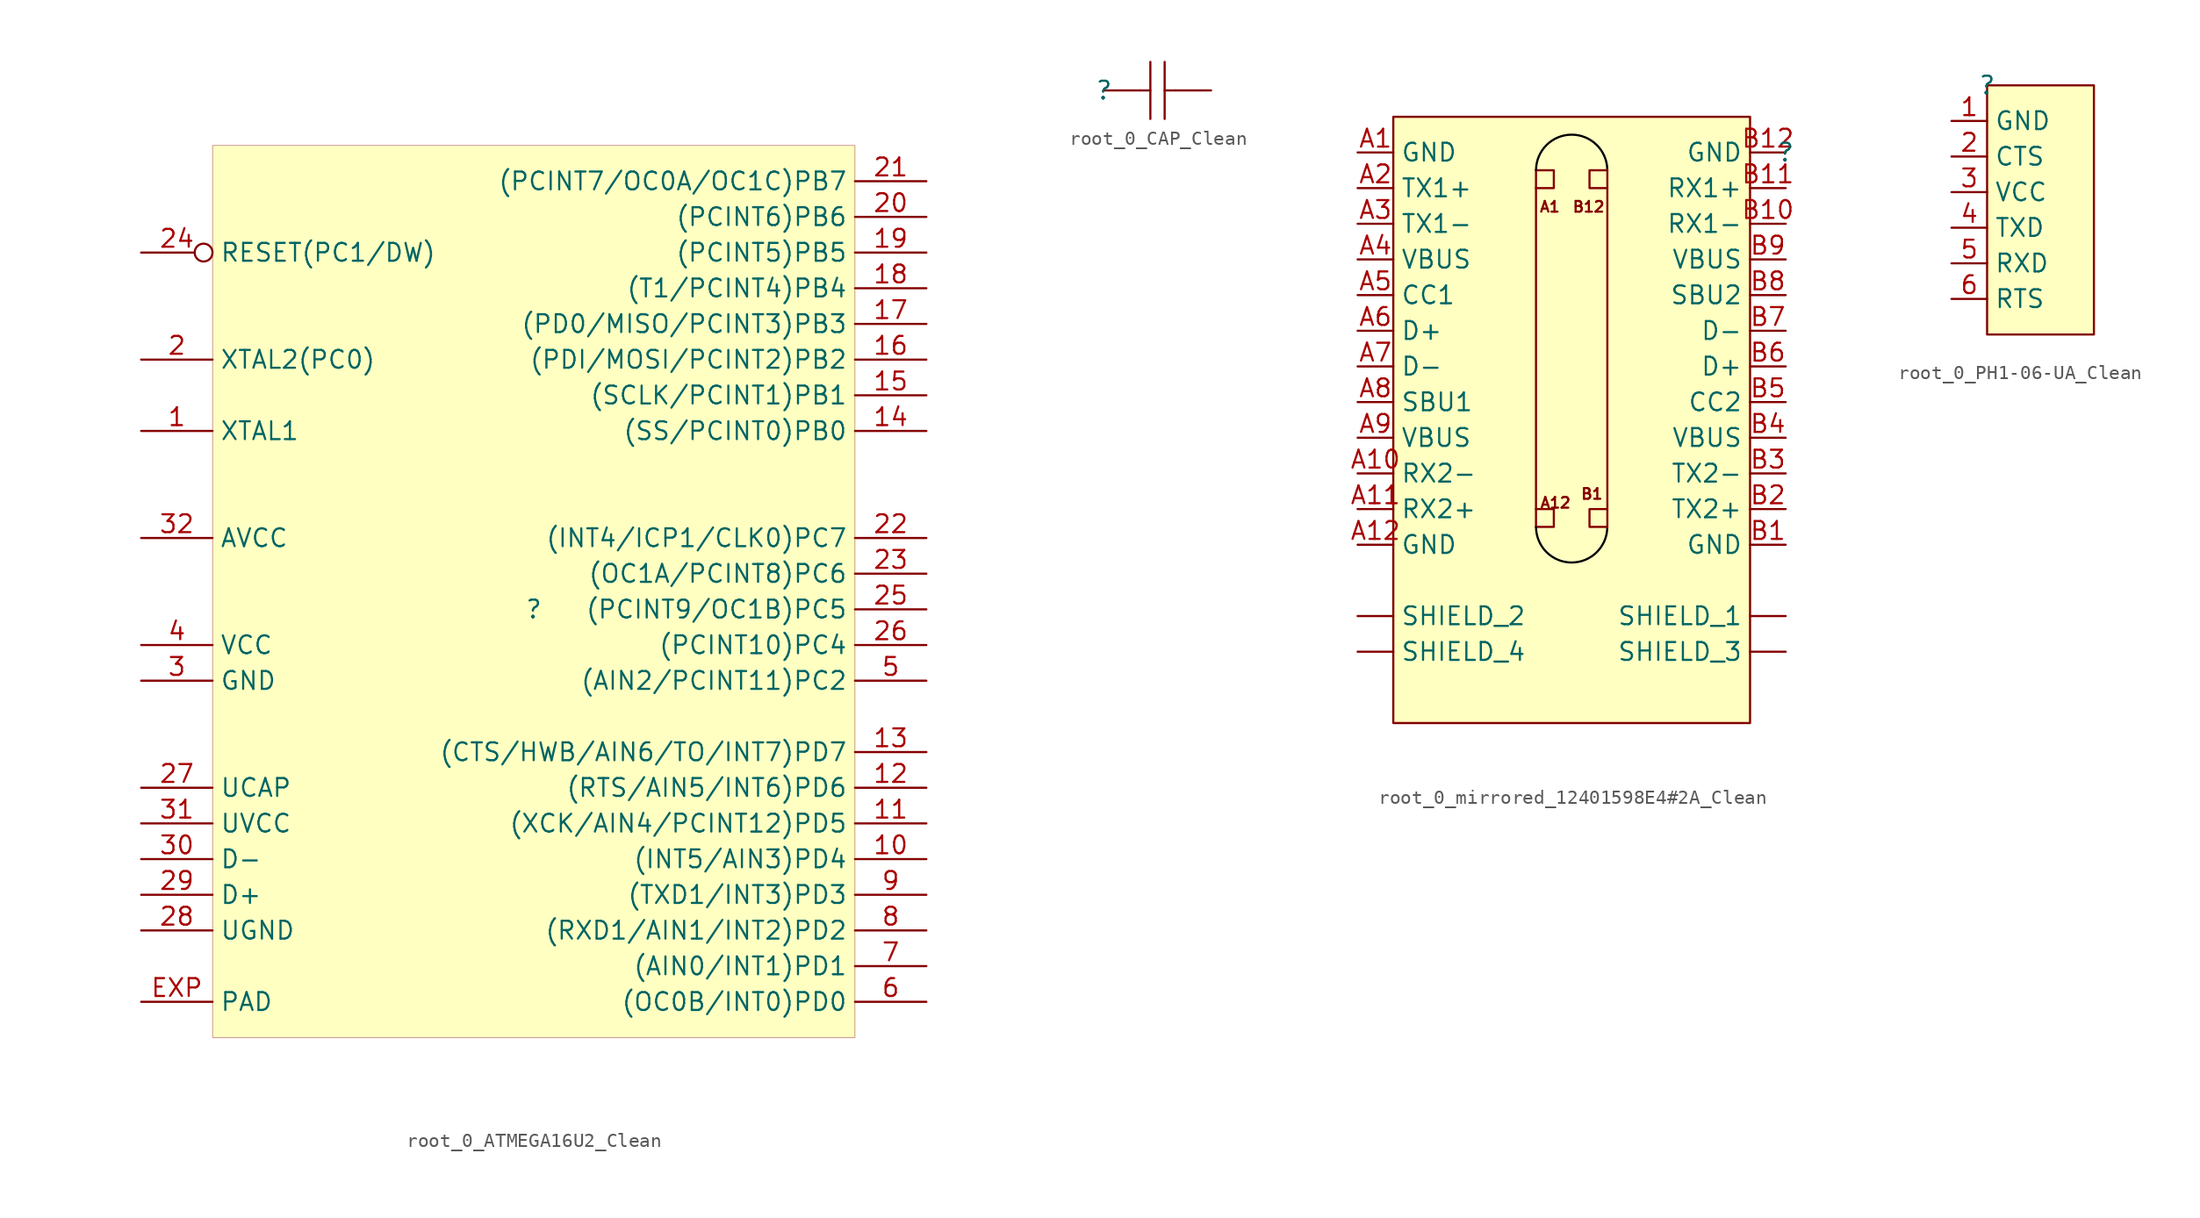
<source format=kicad_sym>
(kicad_symbol_lib
  (version 20241209)
  (generator "kicad_symbol_editor")
  (generator_version "9.0")
  (symbol "root_0_ATMEGA16U2_Clean"
    (property "Reference" ""
      (at 0 0 0)
      (effects (font (size 1.27 1.27))))
    (property "Value" ""
      (at 0 0 0)
      (effects (font (size 1.27 1.27))))
    (symbol "root_0_ATMEGA16U2_Clean_1_0"
      (rectangle (start 22.86 33.02) (end -22.86 -30.48) (stroke (width 0.025) (type solid) (color 128 0 0 1)) (fill (type background)))
      (pin input inverted (at -27.94 25.4 0) (length 5.08) (name "RESET(PC1/DW)" (effects (font (size 1.27 1.27)))) (number "24" (effects (font (size 1.27 1.27)))))
      (pin passive line (at -27.94 17.78 0) (length 5.08) (name "XTAL2(PC0)" (effects (font (size 1.27 1.27)))) (number "2" (effects (font (size 1.27 1.27)))))
      (pin passive line (at -27.94 12.7 0) (length 5.08) (name "XTAL1" (effects (font (size 1.27 1.27)))) (number "1" (effects (font (size 1.27 1.27)))))
      (pin power_in line (at -27.94 5.08 0) (length 5.08) (name "AVCC" (effects (font (size 1.27 1.27)))) (number "32" (effects (font (size 1.27 1.27)))))
      (pin power_in line (at -27.94 -2.54 0) (length 5.08) (name "VCC" (effects (font (size 1.27 1.27)))) (number "4" (effects (font (size 1.27 1.27)))))
      (pin power_in line (at -27.94 -5.08 0) (length 5.08) (name "GND" (effects (font (size 1.27 1.27)))) (number "3" (effects (font (size 1.27 1.27)))))
      (pin passive line (at -27.94 -12.7 0) (length 5.08) (name "UCAP" (effects (font (size 1.27 1.27)))) (number "27" (effects (font (size 1.27 1.27)))))
      (pin power_in line (at -27.94 -15.24 0) (length 5.08) (name "UVCC" (effects (font (size 1.27 1.27)))) (number "31" (effects (font (size 1.27 1.27)))))
      (pin passive line (at -27.94 -17.78 0) (length 5.08) (name "D-" (effects (font (size 1.27 1.27)))) (number "30" (effects (font (size 1.27 1.27)))))
      (pin passive line (at -27.94 -20.32 0) (length 5.08) (name "D+" (effects (font (size 1.27 1.27)))) (number "29" (effects (font (size 1.27 1.27)))))
      (pin power_in line (at -27.94 -22.86 0) (length 5.08) (name "UGND" (effects (font (size 1.27 1.27)))) (number "28" (effects (font (size 1.27 1.27)))))
      (pin power_in line (at -27.94 -27.94 0) (length 5.08) (name "PAD" (effects (font (size 1.27 1.27)))) (number "EXP" (effects (font (size 1.27 1.27)))))
      (pin passive line (at 27.94 30.48 180) (length 5.08) (name "(PCINT7/OC0A/OC1C)PB7" (effects (font (size 1.27 1.27)))) (number "21" (effects (font (size 1.27 1.27)))))
      (pin passive line (at 27.94 27.94 180) (length 5.08) (name "(PCINT6)PB6" (effects (font (size 1.27 1.27)))) (number "20" (effects (font (size 1.27 1.27)))))
      (pin passive line (at 27.94 25.4 180) (length 5.08) (name "(PCINT5)PB5" (effects (font (size 1.27 1.27)))) (number "19" (effects (font (size 1.27 1.27)))))
      (pin passive line (at 27.94 22.86 180) (length 5.08) (name "(T1/PCINT4)PB4" (effects (font (size 1.27 1.27)))) (number "18" (effects (font (size 1.27 1.27)))))
      (pin passive line (at 27.94 20.32 180) (length 5.08) (name "(PD0/MISO/PCINT3)PB3" (effects (font (size 1.27 1.27)))) (number "17" (effects (font (size 1.27 1.27)))))
      (pin passive line (at 27.94 17.78 180) (length 5.08) (name "(PDI/MOSI/PCINT2)PB2" (effects (font (size 1.27 1.27)))) (number "16" (effects (font (size 1.27 1.27)))))
      (pin passive line (at 27.94 15.24 180) (length 5.08) (name "(SCLK/PCINT1)PB1" (effects (font (size 1.27 1.27)))) (number "15" (effects (font (size 1.27 1.27)))))
      (pin passive line (at 27.94 12.7 180) (length 5.08) (name "(SS/PCINT0)PB0" (effects (font (size 1.27 1.27)))) (number "14" (effects (font (size 1.27 1.27)))))
      (pin passive line (at 27.94 5.08 180) (length 5.08) (name "(INT4/ICP1/CLK0)PC7" (effects (font (size 1.27 1.27)))) (number "22" (effects (font (size 1.27 1.27)))))
      (pin passive line (at 27.94 2.54 180) (length 5.08) (name "(OC1A/PCINT8)PC6" (effects (font (size 1.27 1.27)))) (number "23" (effects (font (size 1.27 1.27)))))
      (pin passive line (at 27.94 0 180) (length 5.08) (name "(PCINT9/OC1B)PC5" (effects (font (size 1.27 1.27)))) (number "25" (effects (font (size 1.27 1.27)))))
      (pin passive line (at 27.94 -2.54 180) (length 5.08) (name "(PCINT10)PC4" (effects (font (size 1.27 1.27)))) (number "26" (effects (font (size 1.27 1.27)))))
      (pin passive line (at 27.94 -5.08 180) (length 5.08) (name "(AIN2/PCINT11)PC2" (effects (font (size 1.27 1.27)))) (number "5" (effects (font (size 1.27 1.27)))))
      (pin passive line (at 27.94 -10.16 180) (length 5.08) (name "(CTS/HWB/AIN6/TO/INT7)PD7" (effects (font (size 1.27 1.27)))) (number "13" (effects (font (size 1.27 1.27)))))
      (pin passive line (at 27.94 -12.7 180) (length 5.08) (name "(RTS/AIN5/INT6)PD6" (effects (font (size 1.27 1.27)))) (number "12" (effects (font (size 1.27 1.27)))))
      (pin passive line (at 27.94 -15.24 180) (length 5.08) (name "(XCK/AIN4/PCINT12)PD5" (effects (font (size 1.27 1.27)))) (number "11" (effects (font (size 1.27 1.27)))))
      (pin passive line (at 27.94 -17.78 180) (length 5.08) (name "(INT5/AIN3)PD4" (effects (font (size 1.27 1.27)))) (number "10" (effects (font (size 1.27 1.27)))))
      (pin passive line (at 27.94 -20.32 180) (length 5.08) (name "(TXD1/INT3)PD3" (effects (font (size 1.27 1.27)))) (number "9" (effects (font (size 1.27 1.27)))))
      (pin passive line (at 27.94 -22.86 180) (length 5.08) (name "(RXD1/AIN1/INT2)PD2" (effects (font (size 1.27 1.27)))) (number "8" (effects (font (size 1.27 1.27)))))
      (pin passive line (at 27.94 -25.4 180) (length 5.08) (name "(AIN0/INT1)PD1" (effects (font (size 1.27 1.27)))) (number "7" (effects (font (size 1.27 1.27)))))
      (pin passive line (at 27.94 -27.94 180) (length 5.08) (name "(OC0B/INT0)PD0" (effects (font (size 1.27 1.27)))) (number "6" (effects (font (size 1.27 1.27)))))))
  (symbol "root_0_CAP_Clean"
    (pin_numbers
      (hide yes))
    (pin_names
      (hide yes))
    (property "Reference" ""
      (at 0 0 0)
      (effects (font (size 1.27 1.27))))
    (property "Value" ""
      (at 0 0 0)
      (effects (font (size 1.27 1.27))))
    (symbol "root_0_CAP_Clean_1_0"
      (polyline (pts (xy 2.54 0) (xy 3.302 0)) (stroke (width 0) (type solid)) (fill (type none)))
      (polyline (pts (xy 3.302 -2.032) (xy 3.302 2.032)) (stroke (width 0) (type solid)) (fill (type none)))
      (polyline (pts (xy 4.318 2.032) (xy 4.318 -2.032)) (stroke (width 0) (type solid)) (fill (type none)))
      (polyline (pts (xy 5.08 0) (xy 4.318 0)) (stroke (width 0) (type solid)) (fill (type none)))
      (pin passive line (at 0 0 0) (length 2.54) (name "1" (effects (font (size 1.27 1.27)))) (number "1" (effects (font (size 1.27 1.27)))))
      (pin passive line (at 7.62 0 180) (length 2.54) (name "2" (effects (font (size 1.27 1.27)))) (number "2" (effects (font (size 1.27 1.27)))))))
  (symbol "root_0_mirrored_12401598E4#2A_Clean"
    (property "Reference" ""
      (at 0 0 0)
      (effects (font (size 1.27 1.27))))
    (property "Value" ""
      (at 0 0 0)
      (effects (font (size 1.27 1.27))))
    (symbol "root_0_mirrored_12401598E4#2A_Clean_1_0"
      (polyline (pts (xy -17.78 -1.27) (xy -17.78 -26.67)) (stroke (width 0) (type solid)) (fill (type none)))
      (polyline (pts (xy -17.78 -1.27) (xy -16.51 -1.27) (xy -16.51 -2.54) (xy -17.78 -2.54)) (stroke (width 0) (type solid)) (fill (type none)))
      (polyline (pts (xy -17.78 -25.4) (xy -16.51 -25.4) (xy -16.51 -26.67) (xy -17.78 -26.67)) (stroke (width 0) (type solid)) (fill (type none)))
      (arc (start -17.7767 -1.2329) (mid -15.233 1.267) (end -12.7031 -1.2468) (stroke (width 0) (type solid) (color 0 0 0 1)) (fill (type none)))
      (arc (start -12.7033 -26.7071) (mid -15.247 -29.207) (end -17.7769 -26.6932) (stroke (width 0) (type solid) (color 0 0 0 1)) (fill (type none)))
      (polyline (pts (xy -12.7 -1.27) (xy -13.97 -1.27) (xy -13.97 -2.54) (xy -12.7 -2.54)) (stroke (width 0) (type solid)) (fill (type none)))
      (polyline (pts (xy -12.7 -25.4) (xy -13.97 -25.4) (xy -13.97 -26.67) (xy -12.7 -26.67)) (stroke (width 0) (type solid)) (fill (type none)))
      (polyline (pts (xy -12.7 -26.67) (xy -12.7 -1.27)) (stroke (width 0) (type solid)) (fill (type none)))
      (rectangle (start -2.54 2.54) (end -27.94 -40.64) (stroke (width 0) (type solid) (color 128 0 0 1)) (fill (type background)))
      (text "A1" (at -16.002 -4.318 0) (effects (font (size 0.762 0.762)) (justify right bottom)))
      (text "B12" (at -15.24 -4.318 0) (effects (font (size 0.762 0.762)) (justify left bottom)))
      (text "A12" (at -15.24 -25.4 0) (effects (font (size 0.762 0.762)) (justify right bottom)))
      (text "B1" (at -12.954 -23.876 0) (effects (font (size 0.762 0.762)) (justify right top)))
      (pin passive line (at -30.48 0 0) (length 2.54) (name "GND" (effects (font (size 1.27 1.27)))) (number "A1" (effects (font (size 1.27 1.27)))))
      (pin passive line (at -30.48 -2.54 0) (length 2.54) (name "TX1+" (effects (font (size 1.27 1.27)))) (number "A2" (effects (font (size 1.27 1.27)))))
      (pin passive line (at -30.48 -5.08 0) (length 2.54) (name "TX1-" (effects (font (size 1.27 1.27)))) (number "A3" (effects (font (size 1.27 1.27)))))
      (pin passive line (at -30.48 -7.62 0) (length 2.54) (name "VBUS" (effects (font (size 1.27 1.27)))) (number "A4" (effects (font (size 1.27 1.27)))))
      (pin passive line (at -30.48 -10.16 0) (length 2.54) (name "CC1" (effects (font (size 1.27 1.27)))) (number "A5" (effects (font (size 1.27 1.27)))))
      (pin passive line (at -30.48 -12.7 0) (length 2.54) (name "D+" (effects (font (size 1.27 1.27)))) (number "A6" (effects (font (size 1.27 1.27)))))
      (pin passive line (at -30.48 -15.24 0) (length 2.54) (name "D-" (effects (font (size 1.27 1.27)))) (number "A7" (effects (font (size 1.27 1.27)))))
      (pin passive line (at -30.48 -17.78 0) (length 2.54) (name "SBU1" (effects (font (size 1.27 1.27)))) (number "A8" (effects (font (size 1.27 1.27)))))
      (pin passive line (at -30.48 -20.32 0) (length 2.54) (name "VBUS" (effects (font (size 1.27 1.27)))) (number "A9" (effects (font (size 1.27 1.27)))))
      (pin passive line (at -30.48 -22.86 0) (length 2.54) (name "RX2-" (effects (font (size 1.27 1.27)))) (number "A10" (effects (font (size 1.27 1.27)))))
      (pin passive line (at -30.48 -25.4 0) (length 2.54) (name "RX2+" (effects (font (size 1.27 1.27)))) (number "A11" (effects (font (size 1.27 1.27)))))
      (pin passive line (at -30.48 -27.94 0) (length 2.54) (name "GND" (effects (font (size 1.27 1.27)))) (number "A12" (effects (font (size 1.27 1.27)))))
      (pin passive line (at -30.48 -33.02 0) (length 2.54) (name "SHIELD_2" (effects (font (size 1.27 1.27)))) (number "SHIELD_2" (effects (font (size 0 0)))))
      (pin passive line (at -30.48 -35.56 0) (length 2.54) (name "SHIELD_4" (effects (font (size 1.27 1.27)))) (number "SHIELD_4" (effects (font (size 0 0)))))
      (pin passive line (at 0 0 180) (length 2.54) (name "GND" (effects (font (size 1.27 1.27)))) (number "B12" (effects (font (size 1.27 1.27)))))
      (pin passive line (at 0 -2.54 180) (length 2.54) (name "RX1+" (effects (font (size 1.27 1.27)))) (number "B11" (effects (font (size 1.27 1.27)))))
      (pin passive line (at 0 -5.08 180) (length 2.54) (name "RX1-" (effects (font (size 1.27 1.27)))) (number "B10" (effects (font (size 1.27 1.27)))))
      (pin passive line (at 0 -7.62 180) (length 2.54) (name "VBUS" (effects (font (size 1.27 1.27)))) (number "B9" (effects (font (size 1.27 1.27)))))
      (pin passive line (at 0 -10.16 180) (length 2.54) (name "SBU2" (effects (font (size 1.27 1.27)))) (number "B8" (effects (font (size 1.27 1.27)))))
      (pin passive line (at 0 -12.7 180) (length 2.54) (name "D-" (effects (font (size 1.27 1.27)))) (number "B7" (effects (font (size 1.27 1.27)))))
      (pin passive line (at 0 -15.24 180) (length 2.54) (name "D+" (effects (font (size 1.27 1.27)))) (number "B6" (effects (font (size 1.27 1.27)))))
      (pin passive line (at 0 -17.78 180) (length 2.54) (name "CC2" (effects (font (size 1.27 1.27)))) (number "B5" (effects (font (size 1.27 1.27)))))
      (pin passive line (at 0 -20.32 180) (length 2.54) (name "VBUS" (effects (font (size 1.27 1.27)))) (number "B4" (effects (font (size 1.27 1.27)))))
      (pin passive line (at 0 -22.86 180) (length 2.54) (name "TX2-" (effects (font (size 1.27 1.27)))) (number "B3" (effects (font (size 1.27 1.27)))))
      (pin passive line (at 0 -25.4 180) (length 2.54) (name "TX2+" (effects (font (size 1.27 1.27)))) (number "B2" (effects (font (size 1.27 1.27)))))
      (pin passive line (at 0 -27.94 180) (length 2.54) (name "GND" (effects (font (size 1.27 1.27)))) (number "B1" (effects (font (size 1.27 1.27)))))
      (pin passive line (at 0 -33.02 180) (length 2.54) (name "SHIELD_1" (effects (font (size 1.27 1.27)))) (number "SHIELD_1" (effects (font (size 0 0)))))
      (pin passive line (at 0 -35.56 180) (length 2.54) (name "SHIELD_3" (effects (font (size 1.27 1.27)))) (number "SHIELD_3" (effects (font (size 0 0)))))))
  (symbol "root_0_PH1-06-UA_Clean"
    (property "Reference" ""
      (at 0 0 0)
      (effects (font (size 1.27 1.27))))
    (property "Value" ""
      (at 0 0 0)
      (effects (font (size 1.27 1.27))))
    (symbol "root_0_PH1-06-UA_Clean_1_0"
      (rectangle (start 7.62 0) (end 0 -17.78) (stroke (width 0) (type solid) (color 128 0 0 1)) (fill (type background)))
      (pin passive line (at -2.54 -2.54 0) (length 2.54) (name "GND" (effects (font (size 1.27 1.27)))) (number "1" (effects (font (size 1.27 1.27)))))
      (pin passive line (at -2.54 -5.08 0) (length 2.54) (name "CTS" (effects (font (size 1.27 1.27)))) (number "2" (effects (font (size 1.27 1.27)))))
      (pin passive line (at -2.54 -7.62 0) (length 2.54) (name "VCC" (effects (font (size 1.27 1.27)))) (number "3" (effects (font (size 1.27 1.27)))))
      (pin passive line (at -2.54 -10.16 0) (length 2.54) (name "TXD" (effects (font (size 1.27 1.27)))) (number "4" (effects (font (size 1.27 1.27)))))
      (pin passive line (at -2.54 -12.7 0) (length 2.54) (name "RXD" (effects (font (size 1.27 1.27)))) (number "5" (effects (font (size 1.27 1.27)))))
      (pin passive line (at -2.54 -15.24 0) (length 2.54) (name "RTS" (effects (font (size 1.27 1.27)))) (number "6" (effects (font (size 1.27 1.27))))))))
</source>
